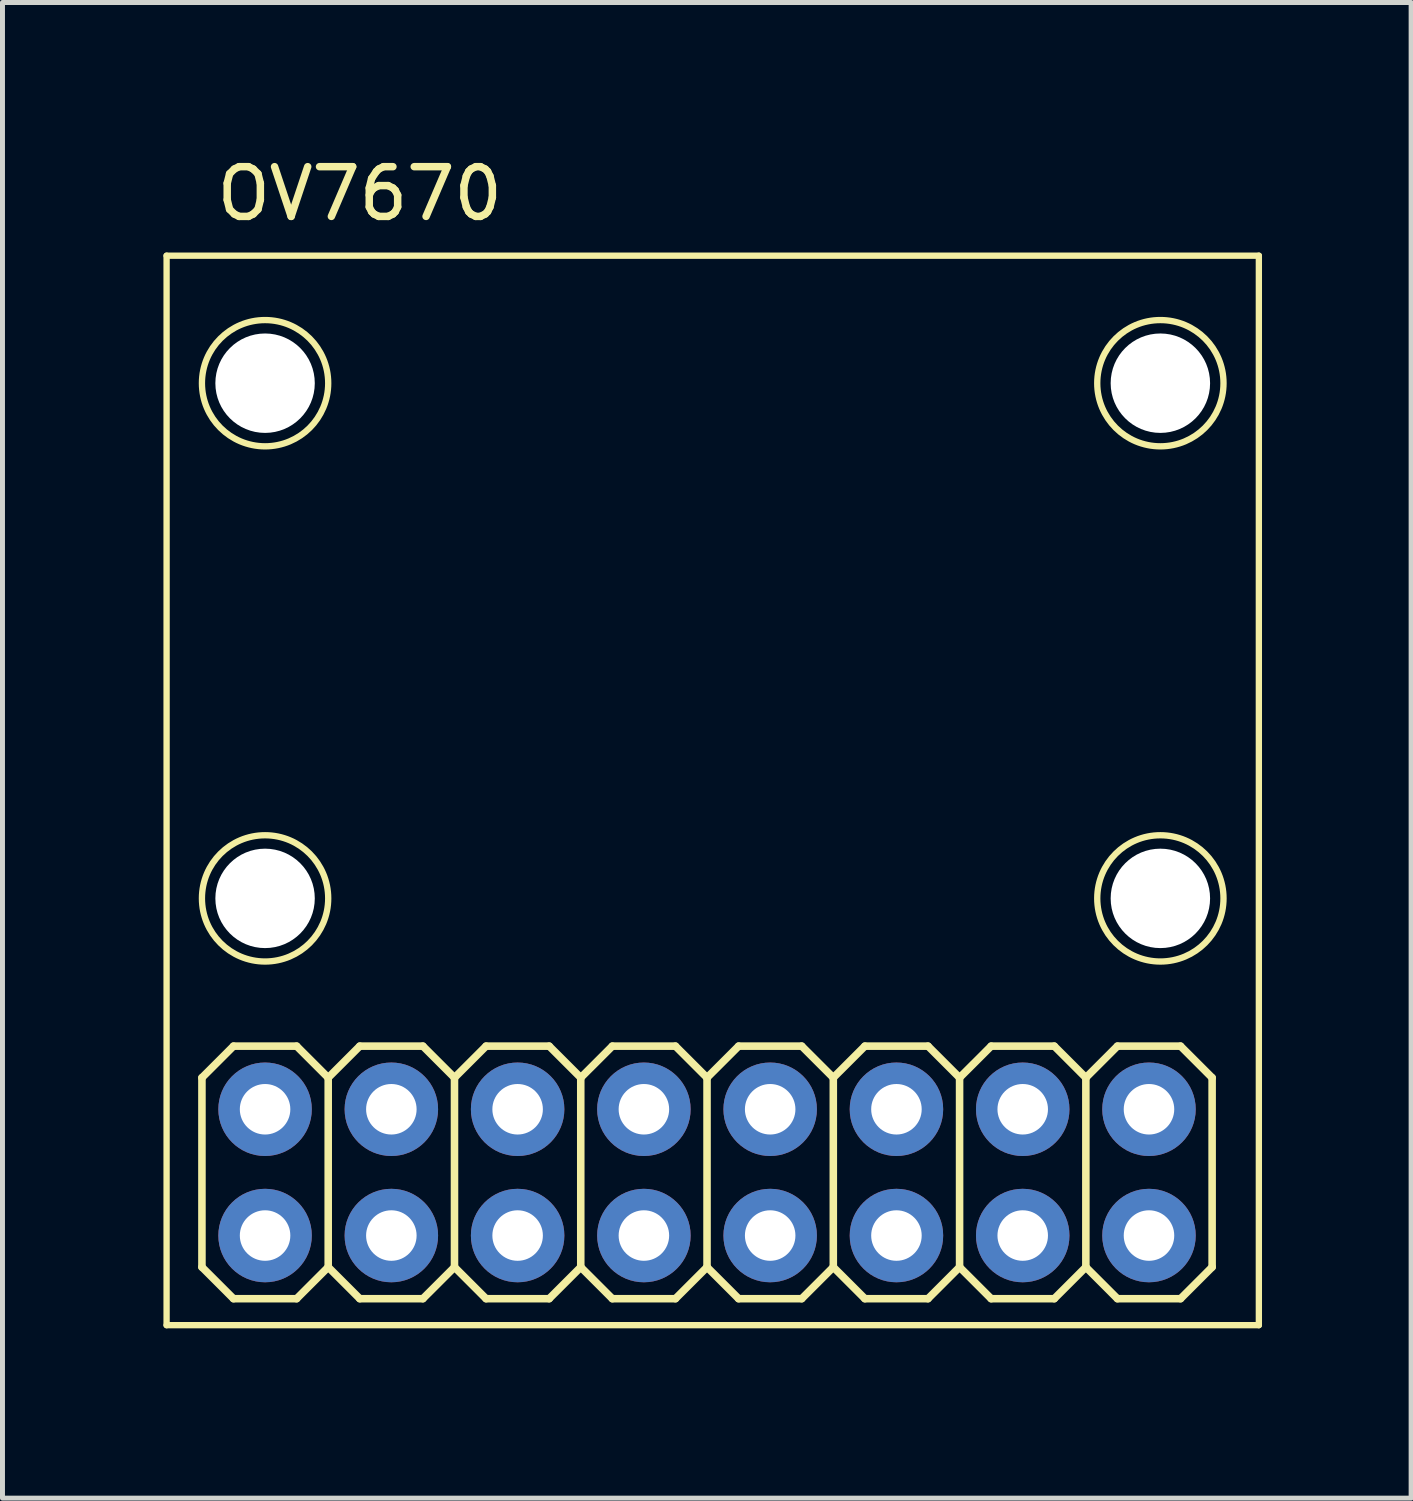
<source format=kicad_pcb>
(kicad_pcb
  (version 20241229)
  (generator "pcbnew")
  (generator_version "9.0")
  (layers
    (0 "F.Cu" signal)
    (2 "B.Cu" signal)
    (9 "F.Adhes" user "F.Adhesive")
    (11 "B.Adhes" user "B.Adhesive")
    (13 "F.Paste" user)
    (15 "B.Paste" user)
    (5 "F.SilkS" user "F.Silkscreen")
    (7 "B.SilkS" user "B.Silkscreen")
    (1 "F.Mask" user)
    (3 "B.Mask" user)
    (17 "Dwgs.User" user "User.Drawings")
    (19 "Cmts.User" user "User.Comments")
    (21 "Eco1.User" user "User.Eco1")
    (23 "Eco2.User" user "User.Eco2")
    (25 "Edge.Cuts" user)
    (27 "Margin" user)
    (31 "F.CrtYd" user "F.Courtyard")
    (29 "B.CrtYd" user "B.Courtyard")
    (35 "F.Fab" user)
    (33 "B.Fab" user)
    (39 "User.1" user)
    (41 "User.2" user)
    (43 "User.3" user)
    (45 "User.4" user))
  (footprint "OV7670"
    (layer "F.Cu")
    (at 0.25 23.835)
    (property "Reference" "OV7670" (at 3.937 -22.987 0) (layer "F.SilkS") (effects (font (size 1 1) (thickness 0.15))))
    (attr through_hole)
    (fp_line (start 0.051 -21.742) (end 22.022 -21.742) (stroke (width 0.127) (type solid)) (layer "F.SilkS"))
    (fp_line (start 0.051 -0.229) (end 0.051 -21.742) (stroke (width 0.127) (type solid)) (layer "F.SilkS"))
    (fp_line (start 0.762 -5.207) (end 1.397 -5.842) (stroke (width 0.152) (type solid)) (layer "F.SilkS"))
    (fp_line (start 0.762 -1.397) (end 0.762 -5.207) (stroke (width 0.152) (type solid)) (layer "F.SilkS"))
    (fp_line (start 0.762 -1.397) (end 1.397 -0.762) (stroke (width 0.152) (type solid)) (layer "F.SilkS"))
    (fp_line (start 1.397 -5.842) (end 2.667 -5.842) (stroke (width 0.152) (type solid)) (layer "F.SilkS"))
    (fp_line (start 1.397 -0.762) (end 2.667 -0.762) (stroke (width 0.152) (type solid)) (layer "F.SilkS"))
    (fp_line (start 2.667 -5.842) (end 3.302 -5.207) (stroke (width 0.152) (type solid)) (layer "F.SilkS"))
    (fp_line (start 2.667 -0.762) (end 3.302 -1.397) (stroke (width 0.152) (type solid)) (layer "F.SilkS"))
    (fp_line (start 3.302 -5.207) (end 3.302 -1.397) (stroke (width 0.152) (type solid)) (layer "F.SilkS"))
    (fp_line (start 3.302 -5.207) (end 3.937 -5.842) (stroke (width 0.152) (type solid)) (layer "F.SilkS"))
    (fp_line (start 3.302 -1.397) (end 3.937 -0.762) (stroke (width 0.152) (type solid)) (layer "F.SilkS"))
    (fp_line (start 3.937 -5.842) (end 5.207 -5.842) (stroke (width 0.152) (type solid)) (layer "F.SilkS"))
    (fp_line (start 3.937 -0.762) (end 5.207 -0.762) (stroke (width 0.152) (type solid)) (layer "F.SilkS"))
    (fp_line (start 5.207 -5.842) (end 5.842 -5.207) (stroke (width 0.152) (type solid)) (layer "F.SilkS"))
    (fp_line (start 5.207 -0.762) (end 5.842 -1.397) (stroke (width 0.152) (type solid)) (layer "F.SilkS"))
    (fp_line (start 5.842 -5.207) (end 5.842 -1.397) (stroke (width 0.152) (type solid)) (layer "F.SilkS"))
    (fp_line (start 5.842 -5.207) (end 6.477 -5.842) (stroke (width 0.152) (type solid)) (layer "F.SilkS"))
    (fp_line (start 5.842 -1.397) (end 6.477 -0.762) (stroke (width 0.152) (type solid)) (layer "F.SilkS"))
    (fp_line (start 6.477 -5.842) (end 7.747 -5.842) (stroke (width 0.152) (type solid)) (layer "F.SilkS"))
    (fp_line (start 6.477 -0.762) (end 7.747 -0.762) (stroke (width 0.152) (type solid)) (layer "F.SilkS"))
    (fp_line (start 7.747 -5.842) (end 8.382 -5.207) (stroke (width 0.152) (type solid)) (layer "F.SilkS"))
    (fp_line (start 7.747 -0.762) (end 8.382 -1.397) (stroke (width 0.152) (type solid)) (layer "F.SilkS"))
    (fp_line (start 8.382 -5.207) (end 8.382 -1.397) (stroke (width 0.152) (type solid)) (layer "F.SilkS"))
    (fp_line (start 8.382 -5.207) (end 9.017 -5.842) (stroke (width 0.152) (type solid)) (layer "F.SilkS"))
    (fp_line (start 8.382 -1.397) (end 9.017 -0.762) (stroke (width 0.152) (type solid)) (layer "F.SilkS"))
    (fp_line (start 9.017 -5.842) (end 10.287 -5.842) (stroke (width 0.152) (type solid)) (layer "F.SilkS"))
    (fp_line (start 9.017 -0.762) (end 10.287 -0.762) (stroke (width 0.152) (type solid)) (layer "F.SilkS"))
    (fp_line (start 10.287 -5.842) (end 10.922 -5.207) (stroke (width 0.152) (type solid)) (layer "F.SilkS"))
    (fp_line (start 10.287 -0.762) (end 10.922 -1.397) (stroke (width 0.152) (type solid)) (layer "F.SilkS"))
    (fp_line (start 10.922 -5.207) (end 10.922 -1.397) (stroke (width 0.152) (type solid)) (layer "F.SilkS"))
    (fp_line (start 10.922 -5.207) (end 11.557 -5.842) (stroke (width 0.152) (type solid)) (layer "F.SilkS"))
    (fp_line (start 10.922 -1.397) (end 11.557 -0.762) (stroke (width 0.152) (type solid)) (layer "F.SilkS"))
    (fp_line (start 11.557 -5.842) (end 12.827 -5.842) (stroke (width 0.152) (type solid)) (layer "F.SilkS"))
    (fp_line (start 11.557 -0.762) (end 12.827 -0.762) (stroke (width 0.152) (type solid)) (layer "F.SilkS"))
    (fp_line (start 12.827 -5.842) (end 13.462 -5.207) (stroke (width 0.152) (type solid)) (layer "F.SilkS"))
    (fp_line (start 12.827 -0.762) (end 13.462 -1.397) (stroke (width 0.152) (type solid)) (layer "F.SilkS"))
    (fp_line (start 13.462 -5.207) (end 13.462 -1.397) (stroke (width 0.152) (type solid)) (layer "F.SilkS"))
    (fp_line (start 13.462 -5.207) (end 14.097 -5.842) (stroke (width 0.152) (type solid)) (layer "F.SilkS"))
    (fp_line (start 13.462 -1.397) (end 14.097 -0.762) (stroke (width 0.152) (type solid)) (layer "F.SilkS"))
    (fp_line (start 14.097 -5.842) (end 15.367 -5.842) (stroke (width 0.152) (type solid)) (layer "F.SilkS"))
    (fp_line (start 14.097 -0.762) (end 15.367 -0.762) (stroke (width 0.152) (type solid)) (layer "F.SilkS"))
    (fp_line (start 15.367 -5.842) (end 16.002 -5.207) (stroke (width 0.152) (type solid)) (layer "F.SilkS"))
    (fp_line (start 15.367 -0.762) (end 16.002 -1.397) (stroke (width 0.152) (type solid)) (layer "F.SilkS"))
    (fp_line (start 16.002 -5.207) (end 16.002 -1.397) (stroke (width 0.152) (type solid)) (layer "F.SilkS"))
    (fp_line (start 16.002 -5.207) (end 16.637 -5.842) (stroke (width 0.152) (type solid)) (layer "F.SilkS"))
    (fp_line (start 16.002 -1.397) (end 16.637 -0.762) (stroke (width 0.152) (type solid)) (layer "F.SilkS"))
    (fp_line (start 16.637 -5.842) (end 17.907 -5.842) (stroke (width 0.152) (type solid)) (layer "F.SilkS"))
    (fp_line (start 16.637 -0.762) (end 17.907 -0.762) (stroke (width 0.152) (type solid)) (layer "F.SilkS"))
    (fp_line (start 17.907 -5.842) (end 18.542 -5.207) (stroke (width 0.152) (type solid)) (layer "F.SilkS"))
    (fp_line (start 18.542 -5.207) (end 18.542 -1.397) (stroke (width 0.152) (type solid)) (layer "F.SilkS"))
    (fp_line (start 18.542 -5.207) (end 19.177 -5.842) (stroke (width 0.152) (type solid)) (layer "F.SilkS"))
    (fp_line (start 18.542 -1.397) (end 17.907 -0.762) (stroke (width 0.152) (type solid)) (layer "F.SilkS"))
    (fp_line (start 18.542 -1.397) (end 19.177 -0.762) (stroke (width 0.152) (type solid)) (layer "F.SilkS"))
    (fp_line (start 19.177 -5.842) (end 20.447 -5.842) (stroke (width 0.152) (type solid)) (layer "F.SilkS"))
    (fp_line (start 19.177 -0.762) (end 20.447 -0.762) (stroke (width 0.152) (type solid)) (layer "F.SilkS"))
    (fp_line (start 20.447 -5.842) (end 21.082 -5.207) (stroke (width 0.152) (type solid)) (layer "F.SilkS"))
    (fp_line (start 21.082 -5.207) (end 21.082 -1.397) (stroke (width 0.152) (type solid)) (layer "F.SilkS"))
    (fp_line (start 21.082 -1.397) (end 20.447 -0.762) (stroke (width 0.152) (type solid)) (layer "F.SilkS"))
    (fp_line (start 22.022 -21.742) (end 22.022 -0.229) (stroke (width 0.127) (type solid)) (layer "F.SilkS"))
    (fp_line (start 22.022 -0.229) (end 0.051 -0.229) (stroke (width 0.127) (type solid)) (layer "F.SilkS"))
    (fp_circle (center 2.032 -19.177) (end 3.302 -19.177) (stroke (width 0.127) (type solid)) (fill no) (layer "F.SilkS"))
    (fp_circle (center 2.032 -8.814) (end 3.302 -8.814) (stroke (width 0.127) (type solid)) (fill no) (layer "F.SilkS"))
    (fp_circle (center 20.041 -19.177) (end 21.311 -19.177) (stroke (width 0.127) (type solid)) (fill no) (layer "F.SilkS"))
    (fp_circle (center 20.041 -8.814) (end 21.311 -8.814) (stroke (width 0.127) (type solid)) (fill no) (layer "F.SilkS"))
    (fp_poly (pts (xy 1.778 -4.826) (xy 2.286 -4.826) (xy 2.286 -4.318) (xy 1.778 -4.318)) (stroke (width 0.01) (type solid)) (fill no) (layer "F.Fab"))
    (fp_poly (pts (xy 1.778 -2.286) (xy 2.286 -2.286) (xy 2.286 -1.778) (xy 1.778 -1.778)) (stroke (width 0.01) (type solid)) (fill no) (layer "F.Fab"))
    (fp_poly (pts (xy 4.318 -4.826) (xy 4.826 -4.826) (xy 4.826 -4.318) (xy 4.318 -4.318)) (stroke (width 0.01) (type solid)) (fill no) (layer "F.Fab"))
    (fp_poly (pts (xy 4.318 -2.286) (xy 4.826 -2.286) (xy 4.826 -1.778) (xy 4.318 -1.778)) (stroke (width 0.01) (type solid)) (fill no) (layer "F.Fab"))
    (fp_poly (pts (xy 6.858 -4.826) (xy 7.366 -4.826) (xy 7.366 -4.318) (xy 6.858 -4.318)) (stroke (width 0.01) (type solid)) (fill no) (layer "F.Fab"))
    (fp_poly (pts (xy 6.858 -2.286) (xy 7.366 -2.286) (xy 7.366 -1.778) (xy 6.858 -1.778)) (stroke (width 0.01) (type solid)) (fill no) (layer "F.Fab"))
    (fp_poly (pts (xy 9.398 -4.826) (xy 9.906 -4.826) (xy 9.906 -4.318) (xy 9.398 -4.318)) (stroke (width 0.01) (type solid)) (fill no) (layer "F.Fab"))
    (fp_poly (pts (xy 9.398 -2.286) (xy 9.906 -2.286) (xy 9.906 -1.778) (xy 9.398 -1.778)) (stroke (width 0.01) (type solid)) (fill no) (layer "F.Fab"))
    (fp_poly (pts (xy 11.938 -4.826) (xy 12.446 -4.826) (xy 12.446 -4.318) (xy 11.938 -4.318)) (stroke (width 0.01) (type solid)) (fill no) (layer "F.Fab"))
    (fp_poly (pts (xy 11.938 -2.286) (xy 12.446 -2.286) (xy 12.446 -1.778) (xy 11.938 -1.778)) (stroke (width 0.01) (type solid)) (fill no) (layer "F.Fab"))
    (fp_poly (pts (xy 14.478 -4.826) (xy 14.986 -4.826) (xy 14.986 -4.318) (xy 14.478 -4.318)) (stroke (width 0.01) (type solid)) (fill no) (layer "F.Fab"))
    (fp_poly (pts (xy 14.478 -2.286) (xy 14.986 -2.286) (xy 14.986 -1.778) (xy 14.478 -1.778)) (stroke (width 0.01) (type solid)) (fill no) (layer "F.Fab"))
    (fp_poly (pts (xy 17.018 -4.826) (xy 17.526 -4.826) (xy 17.526 -4.318) (xy 17.018 -4.318)) (stroke (width 0.01) (type solid)) (fill no) (layer "F.Fab"))
    (fp_poly (pts (xy 17.018 -2.286) (xy 17.526 -2.286) (xy 17.526 -1.778) (xy 17.018 -1.778)) (stroke (width 0.01) (type solid)) (fill no) (layer "F.Fab"))
    (fp_poly (pts (xy 19.558 -4.826) (xy 20.066 -4.826) (xy 20.066 -4.318) (xy 19.558 -4.318)) (stroke (width 0.01) (type solid)) (fill no) (layer "F.Fab"))
    (fp_poly (pts (xy 19.558 -2.286) (xy 20.066 -2.286) (xy 20.066 -1.778) (xy 19.558 -1.778)) (stroke (width 0.01) (type solid)) (fill no) (layer "F.Fab"))
    (pad "" np_thru_hole circle (at 2.032 -19.177) (size 2 2) (drill 2) (layers "*.Cu" "*.Mask"))
    (pad "" np_thru_hole circle (at 2.032 -8.814) (size 2 2) (drill 2) (layers "*.Cu" "*.Mask"))
    (pad "" np_thru_hole circle (at 20.041 -19.177) (size 2 2) (drill 2) (layers "*.Cu" "*.Mask"))
    (pad "" np_thru_hole circle (at 20.041 -8.814) (size 2 2) (drill 2) (layers "*.Cu" "*.Mask"))
    (pad "D0" thru_hole circle (at 19.812 -4.572) (size 1.88 1.88) (drill 1.016) (layers "*.Cu" "*.Mask"))
    (pad "D1" thru_hole circle (at 19.812 -2.032) (size 1.88 1.88) (drill 1.016) (layers "*.Cu" "*.Mask"))
    (pad "D2" thru_hole circle (at 17.272 -4.572) (size 1.88 1.88) (drill 1.016) (layers "*.Cu" "*.Mask"))
    (pad "D3" thru_hole circle (at 17.272 -2.032) (size 1.88 1.88) (drill 1.016) (layers "*.Cu" "*.Mask"))
    (pad "D4" thru_hole circle (at 14.732 -4.572) (size 1.88 1.88) (drill 1.016) (layers "*.Cu" "*.Mask"))
    (pad "D5" thru_hole circle (at 14.732 -2.032) (size 1.88 1.88) (drill 1.016) (layers "*.Cu" "*.Mask"))
    (pad "D6" thru_hole circle (at 12.192 -4.572) (size 1.88 1.88) (drill 1.016) (layers "*.Cu" "*.Mask"))
    (pad "D7" thru_hole circle (at 12.192 -2.032) (size 1.88 1.88) (drill 1.016) (layers "*.Cu" "*.Mask"))
    (pad "GND" thru_hole circle (at 2.032 -4.572) (size 1.88 1.88) (drill 1.016) (layers "*.Cu" "*.Mask"))
    (pad "HREF" thru_hole circle (at 7.112 -4.572) (size 1.88 1.88) (drill 1.016) (layers "*.Cu" "*.Mask"))
    (pad "PCLK" thru_hole circle (at 9.652 -2.032) (size 1.88 1.88) (drill 1.016) (layers "*.Cu" "*.Mask"))
    (pad "SCL" thru_hole circle (at 4.572 -2.032) (size 1.88 1.88) (drill 1.016) (layers "*.Cu" "*.Mask"))
    (pad "SDA" thru_hole circle (at 4.572 -4.572) (size 1.88 1.88) (drill 1.016) (layers "*.Cu" "*.Mask"))
    (pad "VCC" thru_hole circle (at 2.032 -2.032) (size 1.88 1.88) (drill 1.016) (layers "*.Cu" "*.Mask"))
    (pad "VSYNC" thru_hole circle (at 7.112 -2.032) (size 1.88 1.88) (drill 1.016) (layers "*.Cu" "*.Mask"))
    (pad "XCLK" thru_hole circle (at 9.652 -4.572) (size 1.88 1.88) (drill 1.016) (layers "*.Cu" "*.Mask")))
  (gr_rect
    (start -3 -3)
    (end 25.335 27.085)
    (stroke (width 0.1) (type default))
    (fill no)
    (layer "Edge.Cuts")))
</source>
